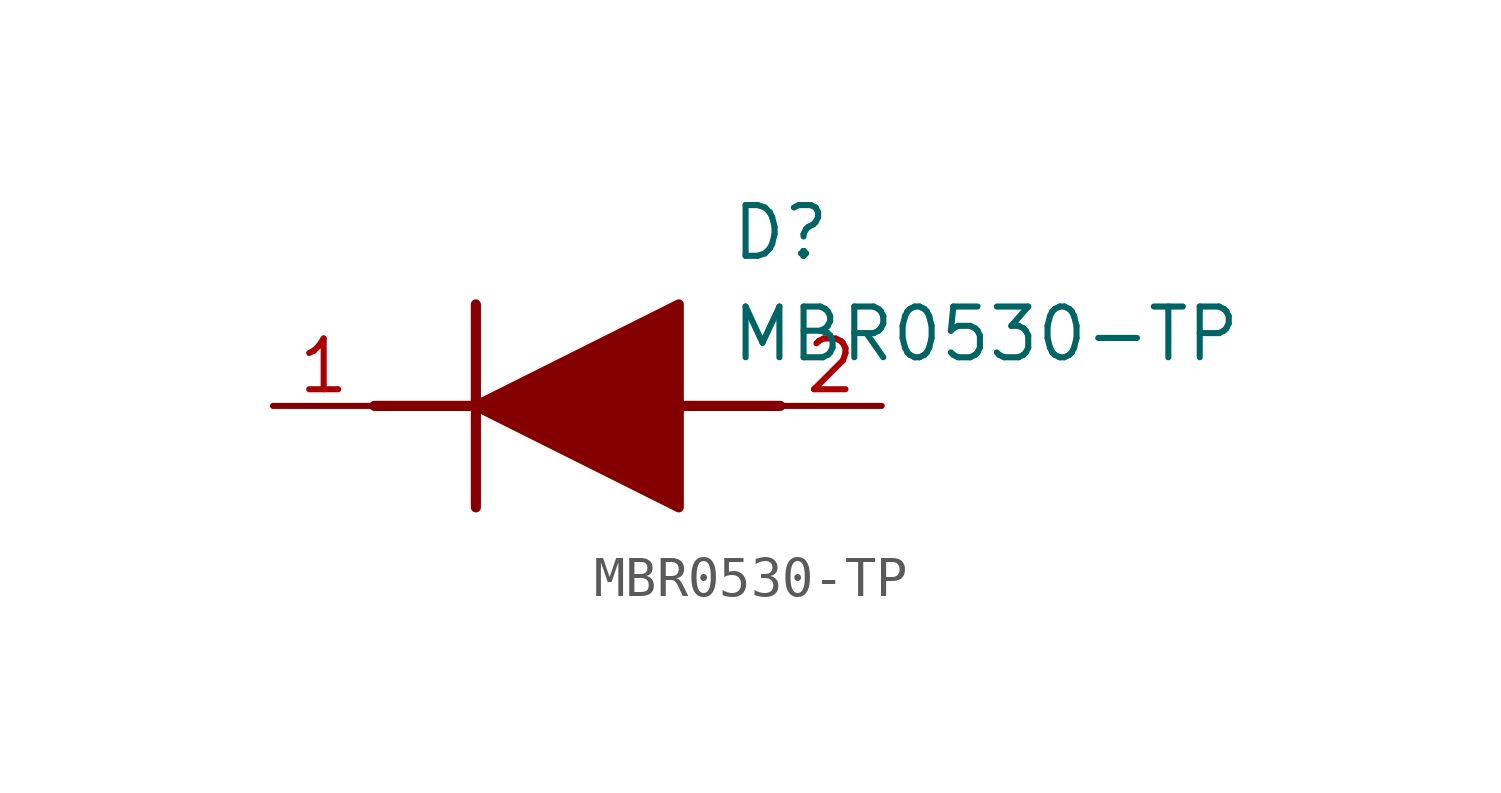
<source format=kicad_sym>
(kicad_symbol_lib
  (version 20211014)
  (generator SamacSys_ECAD_Model)
  (symbol "MBR0530-TP"
    (pin_names hide)
    (property "Reference" "D"
      (at 11.43 5.08 0)
      (effects (font (size 1.27 1.27)) (justify left top)))
    (property "Value" "MBR0530-TP"
      (at 11.43 2.54 0)
      (effects (font (size 1.27 1.27)) (justify left top)))
    (polyline
      (pts (xy 5.08 2.54) (xy 5.08 -2.54))
      (stroke (width 0.254) (type default))
      (fill (type none)))
    (polyline
      (pts (xy 2.54 0) (xy 5.08 0))
      (stroke (width 0.254) (type default))
      (fill (type none)))
    (polyline
      (pts (xy 10.16 0) (xy 12.7 0))
      (stroke (width 0.254) (type default))
      (fill (type none)))
    (polyline
      (pts (xy 5.08 0) (xy 10.16 2.54) (xy 10.16 -2.54) (xy 5.08 0))
      (stroke (width 0.254) (type default))
      (fill (type outline)))
    (pin passive line
      (at 0 0 0)
      (length 2.54)
      (name "K" (effects (font (size 1.27 1.27))))
      (number "1" (effects (font (size 1.27 1.27)))))
    (pin passive line
      (at 15.24 0 180)
      (length 2.54)
      (name "A" (effects (font (size 1.27 1.27))))
      (number "2" (effects (font (size 1.27 1.27)))))))
</source>
